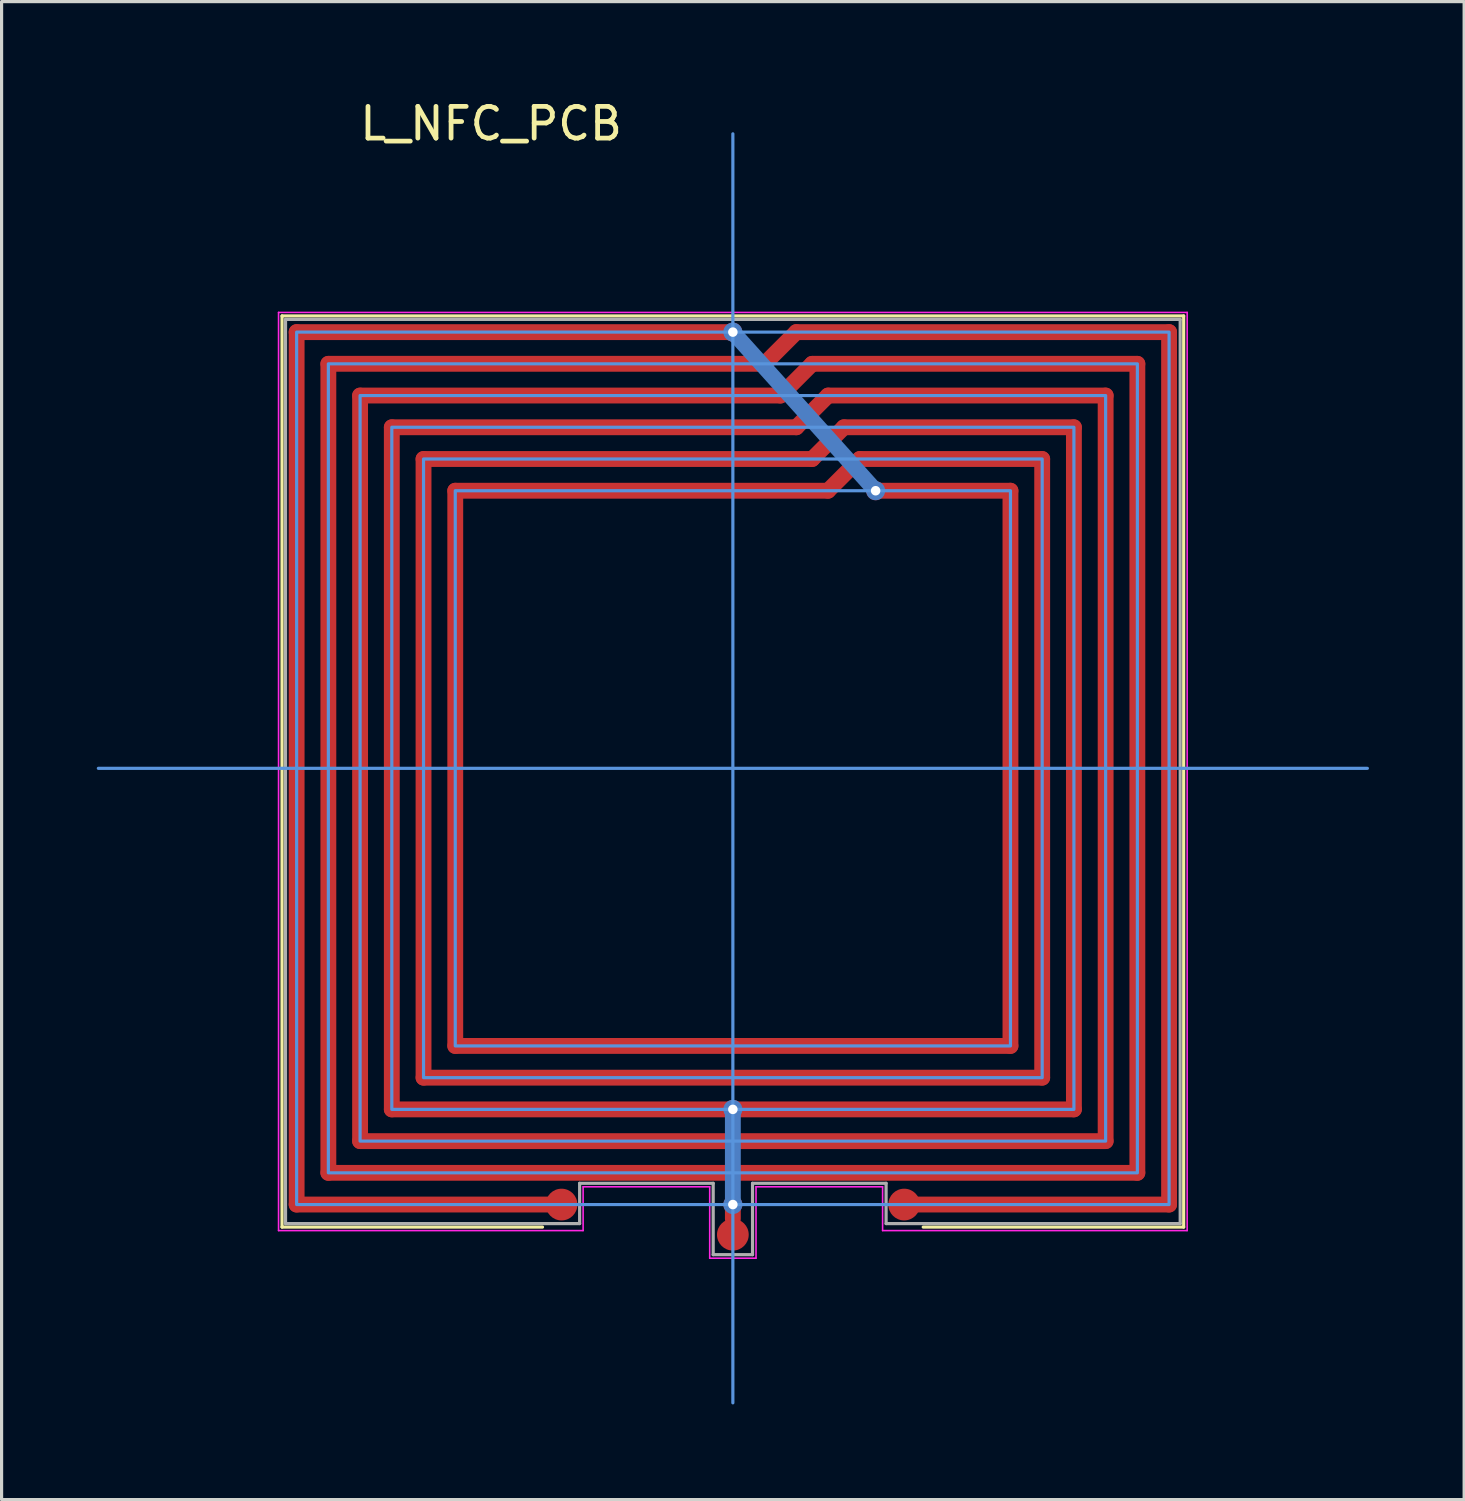
<source format=kicad_pcb>
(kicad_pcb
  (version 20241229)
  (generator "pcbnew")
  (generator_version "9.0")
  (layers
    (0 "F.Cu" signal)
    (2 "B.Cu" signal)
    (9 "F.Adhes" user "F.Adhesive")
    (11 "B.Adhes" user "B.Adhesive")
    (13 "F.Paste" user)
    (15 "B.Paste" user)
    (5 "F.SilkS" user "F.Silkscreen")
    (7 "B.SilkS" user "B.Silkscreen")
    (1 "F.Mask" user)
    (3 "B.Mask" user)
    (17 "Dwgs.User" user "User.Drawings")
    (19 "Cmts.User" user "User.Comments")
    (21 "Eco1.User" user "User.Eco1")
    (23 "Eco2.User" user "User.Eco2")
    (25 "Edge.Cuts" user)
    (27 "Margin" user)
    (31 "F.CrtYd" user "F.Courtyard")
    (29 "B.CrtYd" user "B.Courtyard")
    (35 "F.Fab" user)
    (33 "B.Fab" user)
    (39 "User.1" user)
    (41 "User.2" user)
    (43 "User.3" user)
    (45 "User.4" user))
  (footprint "L_NFC_PCB"
    (layer "F.Cu")
    (at 20.05 21.168)
    (property "Reference" "L_NFC_PCB" (at -7.62 -20.32 0) (layer "F.SilkS") (effects (font (size 1 1) (thickness 0.15))))
    (attr smd)
    (fp_line (start -13.75 -13.75) (end -13.75 13.75) (stroke (width 0.5) (type default)) (layer "F.Cu"))
    (fp_line (start -13.75 -13.75) (end 0 -13.75) (stroke (width 0.5) (type default)) (layer "F.Cu"))
    (fp_line (start -13.75 13.75) (end -5.4 13.75) (stroke (width 0.5) (type default)) (layer "F.Cu"))
    (fp_line (start -12.75 -12.75) (end -12.75 12.75) (stroke (width 0.5) (type default)) (layer "F.Cu"))
    (fp_line (start -12.75 -12.75) (end 1 -12.75) (stroke (width 0.5) (type default)) (layer "F.Cu"))
    (fp_line (start -12.75 12.75) (end 12.75 12.75) (stroke (width 0.5) (type default)) (layer "F.Cu"))
    (fp_line (start -11.75 -11.75) (end -11.75 11.75) (stroke (width 0.5) (type default)) (layer "F.Cu"))
    (fp_line (start -11.75 -11.75) (end 1.5 -11.75) (stroke (width 0.5) (type default)) (layer "F.Cu"))
    (fp_line (start -11.75 11.75) (end 11.75 11.75) (stroke (width 0.5) (type default)) (layer "F.Cu"))
    (fp_line (start -10.75 -10.75) (end -10.75 10.75) (stroke (width 0.5) (type default)) (layer "F.Cu"))
    (fp_line (start -10.75 -10.75) (end 2 -10.75) (stroke (width 0.5) (type default)) (layer "F.Cu"))
    (fp_line (start -10.75 10.75) (end 10.75 10.75) (stroke (width 0.5) (type default)) (layer "F.Cu"))
    (fp_line (start -9.75 -9.75) (end -9.75 9.75) (stroke (width 0.5) (type default)) (layer "F.Cu"))
    (fp_line (start -9.75 -9.75) (end 2.5 -9.75) (stroke (width 0.5) (type default)) (layer "F.Cu"))
    (fp_line (start -9.75 9.75) (end 9.75 9.75) (stroke (width 0.5) (type default)) (layer "F.Cu"))
    (fp_line (start -8.75 -8.75) (end -8.75 8.75) (stroke (width 0.5) (type default)) (layer "F.Cu"))
    (fp_line (start -8.75 -8.75) (end 3 -8.75) (stroke (width 0.5) (type default)) (layer "F.Cu"))
    (fp_line (start -8.75 8.75) (end 8.75 8.75) (stroke (width 0.5) (type default)) (layer "F.Cu"))
    (fp_line (start 0 13.75) (end 0 14.2) (stroke (width 0.5) (type default)) (layer "F.Cu"))
    (fp_line (start 1 -12.75) (end 2 -13.75) (stroke (width 0.5) (type default)) (layer "F.Cu"))
    (fp_line (start 1.5 -11.75) (end 2.5 -12.75) (stroke (width 0.5) (type default)) (layer "F.Cu"))
    (fp_line (start 2 -10.75) (end 3 -11.75) (stroke (width 0.5) (type default)) (layer "F.Cu"))
    (fp_line (start 2.5 -9.75) (end 3.5 -10.75) (stroke (width 0.5) (type default)) (layer "F.Cu"))
    (fp_line (start 3 -8.75) (end 4 -9.75) (stroke (width 0.5) (type default)) (layer "F.Cu"))
    (fp_line (start 5.4 13.75) (end 13.75 13.75) (stroke (width 0.5) (type default)) (layer "F.Cu"))
    (fp_line (start 8.75 -8.75) (end 4.5 -8.75) (stroke (width 0.5) (type default)) (layer "F.Cu"))
    (fp_line (start 8.75 -8.75) (end 8.75 8.75) (stroke (width 0.5) (type default)) (layer "F.Cu"))
    (fp_line (start 9.75 -9.75) (end 4 -9.75) (stroke (width 0.5) (type default)) (layer "F.Cu"))
    (fp_line (start 9.75 -9.75) (end 9.75 9.75) (stroke (width 0.5) (type default)) (layer "F.Cu"))
    (fp_line (start 10.75 -10.75) (end 3.5 -10.75) (stroke (width 0.5) (type default)) (layer "F.Cu"))
    (fp_line (start 10.75 -10.75) (end 10.75 10.75) (stroke (width 0.5) (type default)) (layer "F.Cu"))
    (fp_line (start 11.75 -11.75) (end 3 -11.75) (stroke (width 0.5) (type default)) (layer "F.Cu"))
    (fp_line (start 11.75 -11.75) (end 11.75 11.75) (stroke (width 0.5) (type default)) (layer "F.Cu"))
    (fp_line (start 12.75 -12.75) (end 2.5 -12.75) (stroke (width 0.5) (type default)) (layer "F.Cu"))
    (fp_line (start 12.75 -12.75) (end 12.75 12.75) (stroke (width 0.5) (type default)) (layer "F.Cu"))
    (fp_line (start 13.75 -13.75) (end 2 -13.75) (stroke (width 0.5) (type default)) (layer "F.Cu"))
    (fp_line (start 13.75 -13.75) (end 13.75 13.75) (stroke (width 0.5) (type default)) (layer "F.Cu"))
    (fp_line (start 0 10.75) (end 0 13.75) (stroke (width 0.5) (type default)) (layer "B.Cu"))
    (fp_line (start 4.5 -8.75) (end 0 -13.75) (stroke (width 0.5) (type default)) (layer "B.Cu"))
    (fp_line (start -14.21 -14.26) (end -14.21 14.46) (stroke (width 0.1) (type default)) (layer "F.SilkS"))
    (fp_line (start -14.21 -14.26) (end 14.21 -14.26) (stroke (width 0.1) (type default)) (layer "F.SilkS"))
    (fp_line (start -14.21 14.46) (end -6 14.46) (stroke (width 0.1) (type default)) (layer "F.SilkS"))
    (fp_line (start 6 14.46) (end 14.21 14.46) (stroke (width 0.1) (type default)) (layer "F.SilkS"))
    (fp_line (start 14.21 14.46) (end 14.21 -14.26) (stroke (width 0.1) (type default)) (layer "F.SilkS"))
    (fp_line (start -20 0) (end 20 0) (stroke (width 0.1) (type default)) (layer "Cmts.User"))
    (fp_line (start 0 -20) (end 0 20) (stroke (width 0.1) (type default)) (layer "Cmts.User"))
    (fp_rect (start -13.75 -13.75) (end 13.75 13.75) (stroke (width 0.1) (type default)) (fill no) (layer "Cmts.User"))
    (fp_rect (start -12.75 -12.75) (end 12.75 12.75) (stroke (width 0.1) (type default)) (fill no) (layer "Cmts.User"))
    (fp_rect (start -11.75 -11.75) (end 11.75 11.75) (stroke (width 0.1) (type default)) (fill no) (layer "Cmts.User"))
    (fp_rect (start -10.75 -10.75) (end 10.75 10.75) (stroke (width 0.1) (type default)) (fill no) (layer "Cmts.User"))
    (fp_rect (start -9.75 -9.75) (end 9.75 9.75) (stroke (width 0.1) (type default)) (fill no) (layer "Cmts.User"))
    (fp_rect (start -8.75 -8.75) (end 8.75 8.75) (stroke (width 0.1) (type default)) (fill no) (layer "Cmts.User"))
    (fp_line (start -14.32 -14.37) (end -14.32 14.57) (stroke (width 0.05) (type default)) (layer "F.CrtYd"))
    (fp_line (start -14.32 -14.37) (end 14.32 -14.37) (stroke (width 0.05) (type default)) (layer "F.CrtYd"))
    (fp_line (start -14.32 14.57) (end -4.72 14.57) (stroke (width 0.05) (type default)) (layer "F.CrtYd"))
    (fp_line (start -4.72 13.19) (end -0.73 13.19) (stroke (width 0.05) (type default)) (layer "F.CrtYd"))
    (fp_line (start -4.72 14.57) (end -4.72 13.19) (stroke (width 0.05) (type default)) (layer "F.CrtYd"))
    (fp_line (start -0.73 15.44) (end -0.73 13.19) (stroke (width 0.05) (type default)) (layer "F.CrtYd"))
    (fp_line (start -0.73 15.44) (end 0.73 15.44) (stroke (width 0.05) (type default)) (layer "F.CrtYd"))
    (fp_line (start 0.73 13.19) (end 4.72 13.19) (stroke (width 0.05) (type default)) (layer "F.CrtYd"))
    (fp_line (start 0.73 15.44) (end 0.73 13.19) (stroke (width 0.05) (type default)) (layer "F.CrtYd"))
    (fp_line (start 4.72 13.19) (end 4.72 14.57) (stroke (width 0.05) (type default)) (layer "F.CrtYd"))
    (fp_line (start 4.72 14.57) (end 14.32 14.57) (stroke (width 0.05) (type default)) (layer "F.CrtYd"))
    (fp_line (start 14.32 -14.37) (end 14.32 14.57) (stroke (width 0.05) (type default)) (layer "F.CrtYd"))
    (fp_line (start -14.1 -14.15) (end -14.1 14.35) (stroke (width 0.1) (type default)) (layer "F.Fab"))
    (fp_line (start -14.1 -14.15) (end 14.1 -14.15) (stroke (width 0.1) (type default)) (layer "F.Fab"))
    (fp_line (start -4.83 13.08) (end -0.62 13.08) (stroke (width 0.1) (type default)) (layer "F.Fab"))
    (fp_line (start -4.83 14.35) (end -14.1 14.35) (stroke (width 0.1) (type default)) (layer "F.Fab"))
    (fp_line (start -4.83 14.35) (end -4.83 13.08) (stroke (width 0.1) (type default)) (layer "F.Fab"))
    (fp_line (start -0.62 15.33) (end -0.62 13.08) (stroke (width 0.1) (type default)) (layer "F.Fab"))
    (fp_line (start -0.62 15.33) (end 0.62 15.33) (stroke (width 0.1) (type default)) (layer "F.Fab"))
    (fp_line (start 0.62 13.08) (end 0.62 15.33) (stroke (width 0.1) (type default)) (layer "F.Fab"))
    (fp_line (start 0.62 13.08) (end 4.83 13.08) (stroke (width 0.1) (type default)) (layer "F.Fab"))
    (fp_line (start 4.83 14.35) (end 4.83 13.08) (stroke (width 0.1) (type default)) (layer "F.Fab"))
    (fp_line (start 14.1 -14.15) (end 14.1 14.35) (stroke (width 0.1) (type default)) (layer "F.Fab"))
    (fp_line (start 14.1 14.35) (end 4.83 14.35) (stroke (width 0.1) (type default)) (layer "F.Fab"))
    (pad "1" smd circle (at -5.4 13.75) (size 1 1) (layers "F.Cu" "F.Mask" "F.Paste"))
    (pad "2" smd circle (at 0 14.7) (size 1 1) (layers "F.Cu" "F.Mask" "F.Paste"))
    (pad "3" smd circle (at 5.4 13.75) (size 1 1) (layers "F.Cu" "F.Mask" "F.Paste"))
    (pad "B" thru_hole circle (at 0 -13.75) (size 0.6 0.6) (drill 0.3) (layers "*.Cu"))
    (pad "B" thru_hole circle (at 4.5 -8.75) (size 0.6 0.6) (drill 0.3) (layers "*.Cu"))
    (pad "G" thru_hole circle (at 0 10.75) (size 0.6 0.6) (drill 0.3) (layers "*.Cu"))
    (pad "G" thru_hole circle (at 0 13.75) (size 0.6 0.6) (drill 0.3) (layers "*.Cu")))
  (gr_rect
    (start -3 -3)
    (end 43.1 44.218)
    (stroke (width 0.1) (type default))
    (fill no)
    (layer "Edge.Cuts")))
</source>
